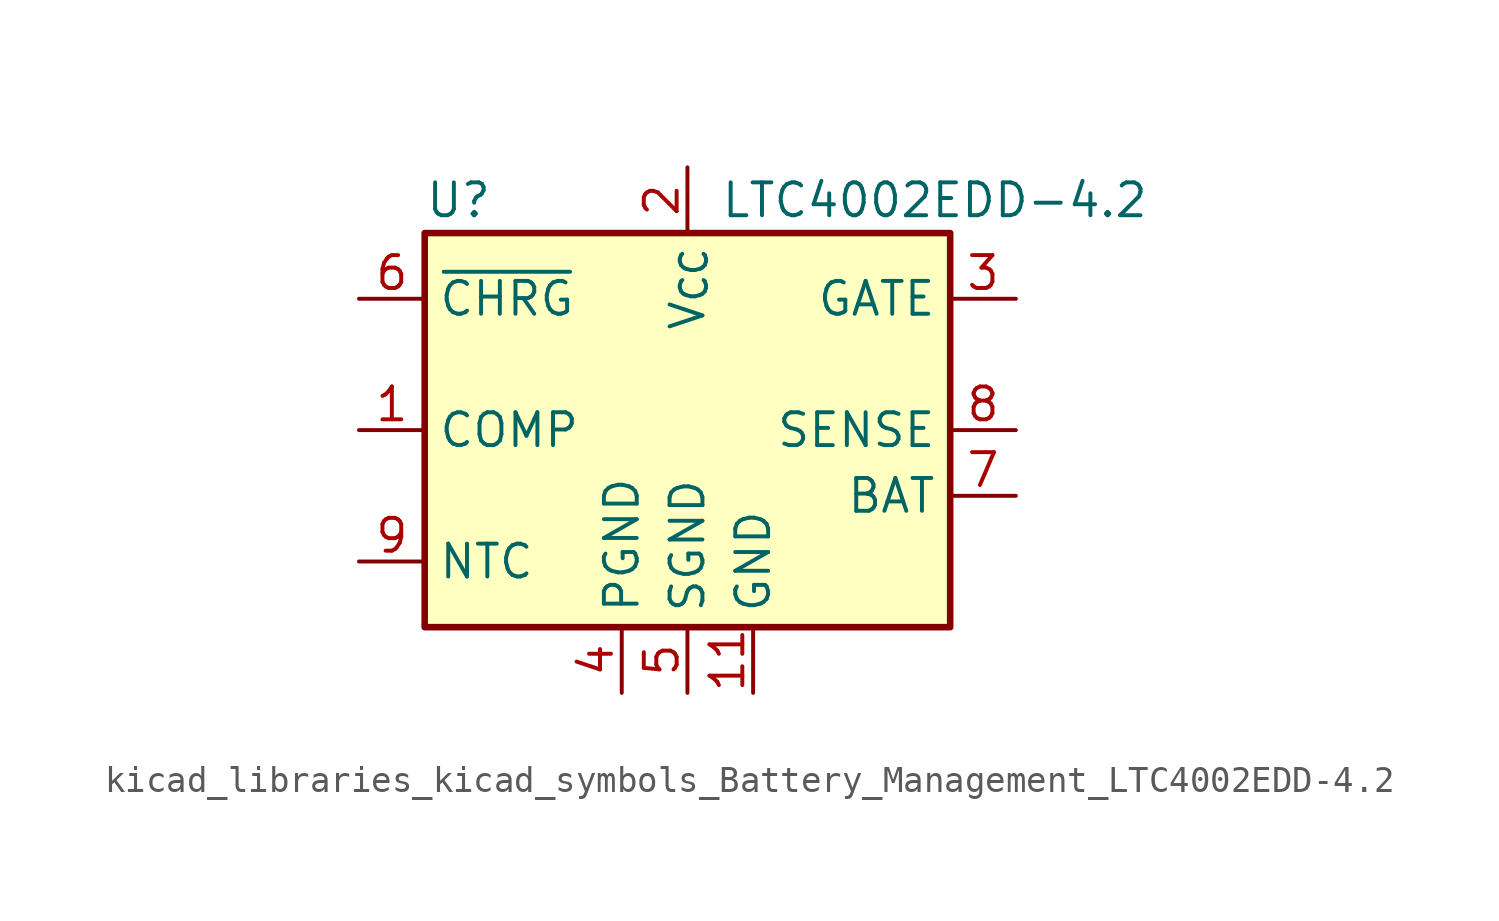
<source format=kicad_sym>
(kicad_symbol_lib
  (version 20220914)
  (generator kicad_symbol_editor)
  (symbol "kicad_libraries_kicad_symbols_Battery_Management_LTC4002EDD-4.2"
    (property "Reference" "U"
      (at -10.16 8.89 0)
      (effects (font (size 1.27 1.27)) (justify left)))
    (property "Value" "LTC4002EDD-4.2"
      (at 1.27 8.89 0)
      (effects (font (size 1.27 1.27)) (justify left)))
    (symbol "kicad_libraries_kicad_symbols_Battery_Management_LTC4002EDD-4.2_0_1"
      (rectangle (start 10.16 -7.62) (end -10.16 7.62) (stroke (width 0.254) (type default)) (fill (type background))))
    (symbol "kicad_libraries_kicad_symbols_Battery_Management_LTC4002EDD-4.2_1_1"
      (pin input line (at -12.7 0 0) (length 2.54) (name "COMP" (effects (font (size 1.27 1.27)))) (number "1" (effects (font (size 1.27 1.27)))))
      (pin no_connect line (at 5.08 -7.62 90) (length 2.54) hide (name "NC" (effects (font (size 1.27 1.27)))) (number "10" (effects (font (size 1.27 1.27)))))
      (pin power_in line (at 2.54 -10.16 90) (length 2.54) (name "GND" (effects (font (size 1.27 1.27)))) (number "11" (effects (font (size 1.27 1.27)))))
      (pin power_in line (at 0 10.16 270) (length 2.54) (name "V_{CC}" (effects (font (size 1.27 1.27)))) (number "2" (effects (font (size 1.27 1.27)))))
      (pin output line (at 12.7 5.08 180) (length 2.54) (name "GATE" (effects (font (size 1.27 1.27)))) (number "3" (effects (font (size 1.27 1.27)))))
      (pin power_in line (at -2.54 -10.16 90) (length 2.54) (name "PGND" (effects (font (size 1.27 1.27)))) (number "4" (effects (font (size 1.27 1.27)))))
      (pin power_in line (at 0 -10.16 90) (length 2.54) (name "SGND" (effects (font (size 1.27 1.27)))) (number "5" (effects (font (size 1.27 1.27)))))
      (pin open_collector line (at -12.7 5.08 0) (length 2.54) (name "~{CHRG}" (effects (font (size 1.27 1.27)))) (number "6" (effects (font (size 1.27 1.27)))))
      (pin input line (at 12.7 -2.54 180) (length 2.54) (name "BAT" (effects (font (size 1.27 1.27)))) (number "7" (effects (font (size 1.27 1.27)))))
      (pin input line (at 12.7 0 180) (length 2.54) (name "SENSE" (effects (font (size 1.27 1.27)))) (number "8" (effects (font (size 1.27 1.27)))))
      (pin input line (at -12.7 -5.08 0) (length 2.54) (name "NTC" (effects (font (size 1.27 1.27)))) (number "9" (effects (font (size 1.27 1.27))))))))
</source>
